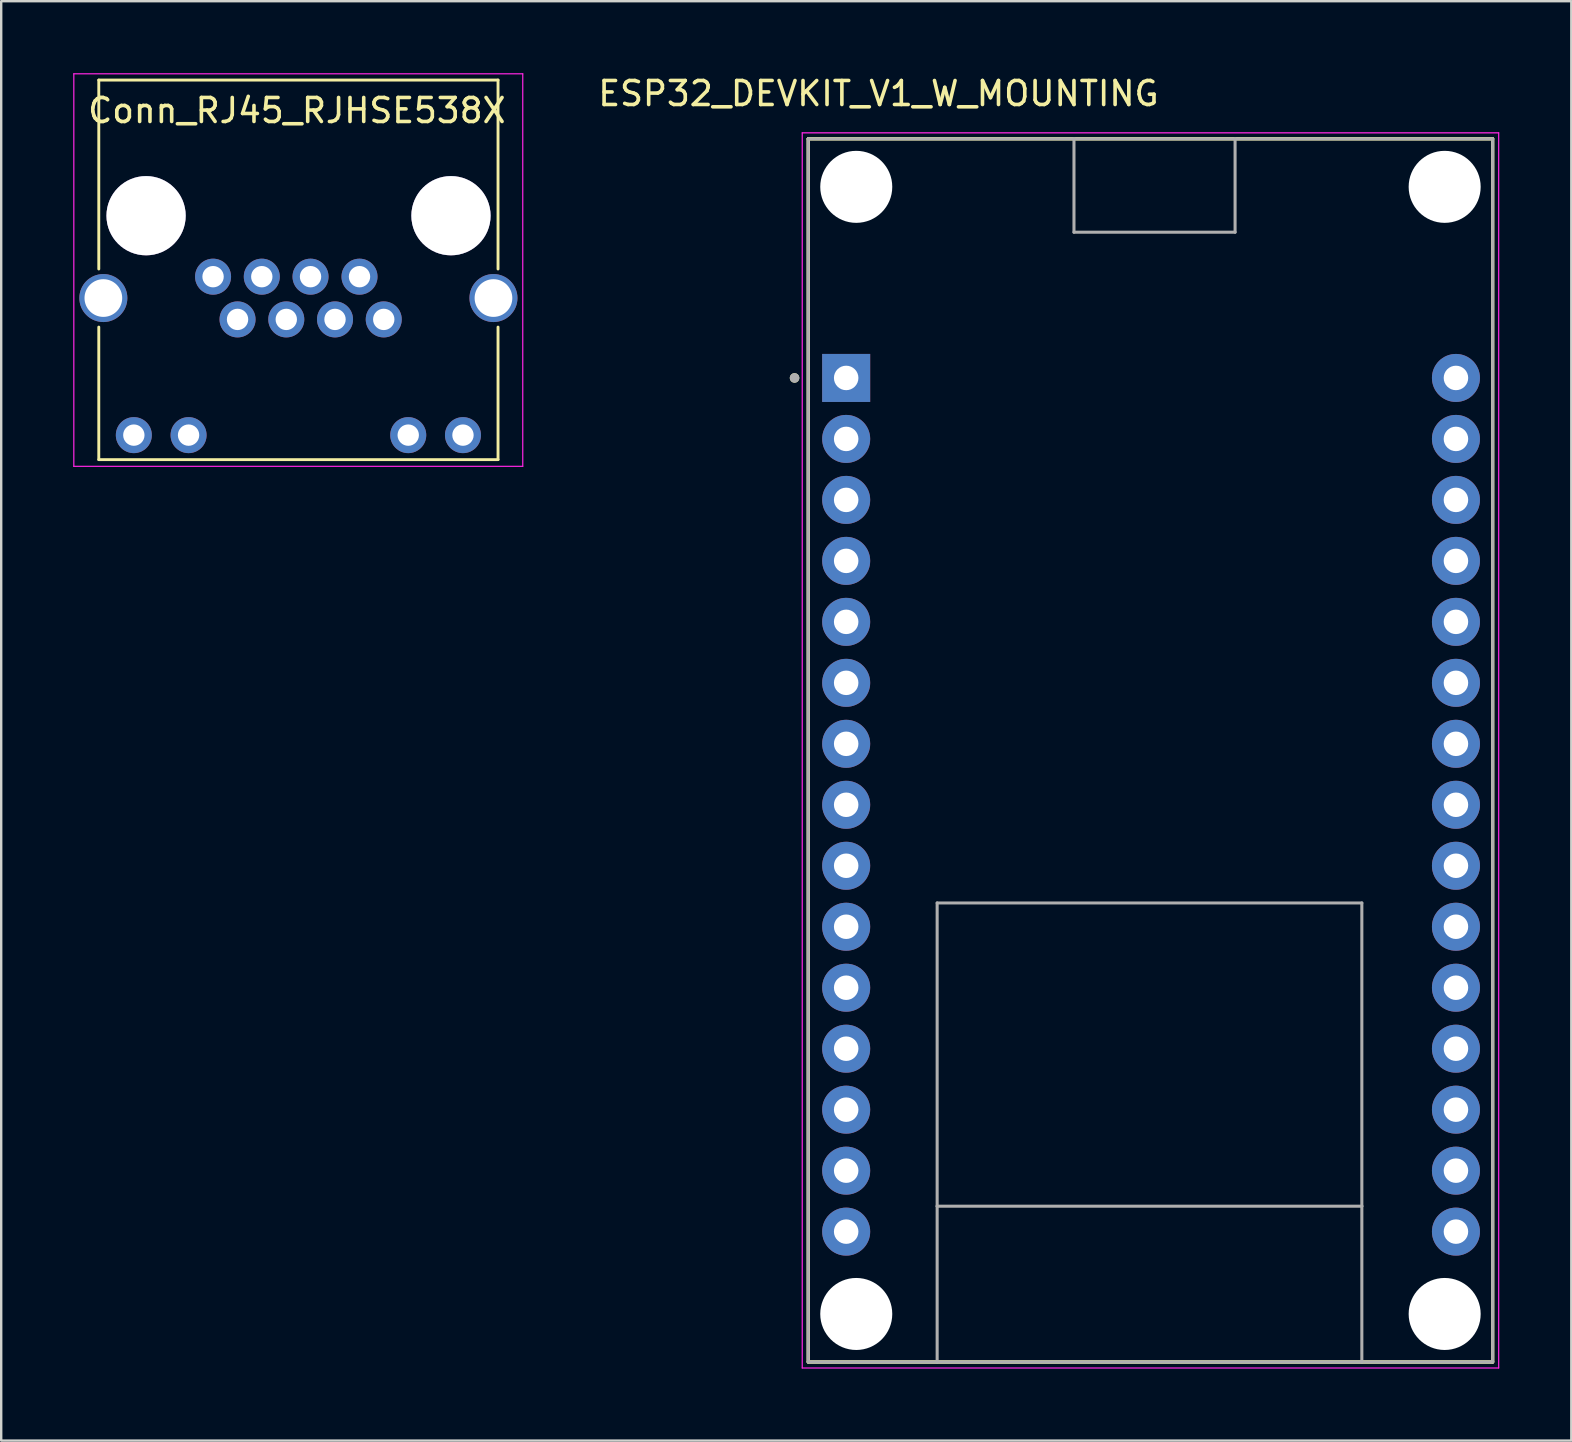
<source format=kicad_pcb>
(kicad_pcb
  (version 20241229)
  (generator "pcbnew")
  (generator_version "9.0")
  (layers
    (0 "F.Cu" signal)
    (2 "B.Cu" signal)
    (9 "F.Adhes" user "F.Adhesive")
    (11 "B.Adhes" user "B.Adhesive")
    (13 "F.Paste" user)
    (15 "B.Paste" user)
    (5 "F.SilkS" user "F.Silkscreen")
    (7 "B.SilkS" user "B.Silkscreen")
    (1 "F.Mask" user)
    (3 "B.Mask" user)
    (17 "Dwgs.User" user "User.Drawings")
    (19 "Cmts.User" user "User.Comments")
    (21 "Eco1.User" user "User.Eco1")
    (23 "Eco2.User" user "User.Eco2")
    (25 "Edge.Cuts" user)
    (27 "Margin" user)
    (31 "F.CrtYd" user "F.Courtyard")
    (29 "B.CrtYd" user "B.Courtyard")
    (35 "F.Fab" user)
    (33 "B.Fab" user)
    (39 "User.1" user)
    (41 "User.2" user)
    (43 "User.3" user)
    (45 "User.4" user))
  (footprint "ESP32_DEVKIT_V1_W_MOUNTING"
    (layer "F.Cu")
    (at 44.897 28.208)
    (property "Reference" "ESP32_DEVKIT_V1_W_MOUNTING" (at -11.355 -27.36 0) (layer "F.SilkS") (effects (font (size 1 1) (thickness 0.15))))
    (attr through_hole)
    (fp_line (start -14.28 -25.475) (end -3.211 -25.475) (stroke (width 0.127) (type solid)) (layer "F.SilkS"))
    (fp_line (start -14.28 -25.475) (end 14.23 -25.475) (stroke (width 0.127) (type solid)) (layer "F.SilkS"))
    (fp_line (start -14.28 25.475) (end -14.28 -25.475) (stroke (width 0.127) (type solid)) (layer "F.SilkS"))
    (fp_line (start -14.28 25.475) (end -14.28 -25.475) (stroke (width 0.127) (type solid)) (layer "F.SilkS"))
    (fp_line (start -14.28 25.475) (end -8.91 25.475) (stroke (width 0.127) (type solid)) (layer "F.SilkS"))
    (fp_line (start -8.91 25.475) (end 8.78 25.475) (stroke (width 0.127) (type solid)) (layer "F.SilkS"))
    (fp_line (start -3.211 -25.475) (end 3.5 -25.475) (stroke (width 0.127) (type solid)) (layer "F.SilkS"))
    (fp_line (start 3.5 -25.475) (end 14.23 -25.475) (stroke (width 0.127) (type solid)) (layer "F.SilkS"))
    (fp_line (start 8.78 25.475) (end 14.23 25.475) (stroke (width 0.127) (type solid)) (layer "F.SilkS"))
    (fp_line (start 14.23 -25.475) (end 14.23 25.475) (stroke (width 0.127) (type solid)) (layer "F.SilkS"))
    (fp_line (start 14.23 -25.475) (end 14.23 25.475) (stroke (width 0.127) (type solid)) (layer "F.SilkS"))
    (fp_line (start 14.23 25.475) (end -14.28 25.475) (stroke (width 0.127) (type solid)) (layer "F.SilkS"))
    (fp_circle (center -14.85 -15.515) (end -14.75 -15.515) (stroke (width 0.2) (type solid)) (fill no) (layer "F.SilkS"))
    (fp_line (start -14.53 -25.725) (end -14.53 25.725) (stroke (width 0.05) (type solid)) (layer "F.CrtYd"))
    (fp_line (start -14.53 25.725) (end 14.48 25.725) (stroke (width 0.05) (type solid)) (layer "F.CrtYd"))
    (fp_line (start 14.48 -25.725) (end -14.53 -25.725) (stroke (width 0.05) (type solid)) (layer "F.CrtYd"))
    (fp_line (start 14.48 25.725) (end 14.48 -25.725) (stroke (width 0.05) (type solid)) (layer "F.CrtYd"))
    (fp_line (start -14.28 -25.475) (end -3.211 -25.475) (stroke (width 0.127) (type solid)) (layer "F.Fab"))
    (fp_line (start -14.28 25.475) (end -14.28 -25.475) (stroke (width 0.127) (type solid)) (layer "F.Fab"))
    (fp_line (start -14.28 25.475) (end -8.91 25.475) (stroke (width 0.127) (type solid)) (layer "F.Fab"))
    (fp_line (start -8.91 6.355) (end 8.78 6.355) (stroke (width 0.127) (type solid)) (layer "F.Fab"))
    (fp_line (start -8.91 18.985) (end -8.91 6.355) (stroke (width 0.127) (type solid)) (layer "F.Fab"))
    (fp_line (start -8.91 18.985) (end 8.78 18.985) (stroke (width 0.127) (type solid)) (layer "F.Fab"))
    (fp_line (start -8.91 25.475) (end -8.91 18.985) (stroke (width 0.127) (type solid)) (layer "F.Fab"))
    (fp_line (start -8.91 25.475) (end 8.78 25.475) (stroke (width 0.127) (type solid)) (layer "F.Fab"))
    (fp_line (start -3.211 -25.475) (end 3.5 -25.475) (stroke (width 0.127) (type solid)) (layer "F.Fab"))
    (fp_line (start -3.211 -21.585) (end -3.211 -25.475) (stroke (width 0.127) (type solid)) (layer "F.Fab"))
    (fp_line (start 3.5 -25.475) (end 3.5 -21.585) (stroke (width 0.127) (type solid)) (layer "F.Fab"))
    (fp_line (start 3.5 -25.475) (end 14.23 -25.475) (stroke (width 0.127) (type solid)) (layer "F.Fab"))
    (fp_line (start 3.5 -21.585) (end -3.211 -21.585) (stroke (width 0.127) (type solid)) (layer "F.Fab"))
    (fp_line (start 8.78 6.355) (end 8.78 18.985) (stroke (width 0.127) (type solid)) (layer "F.Fab"))
    (fp_line (start 8.78 18.985) (end 8.78 25.475) (stroke (width 0.127) (type solid)) (layer "F.Fab"))
    (fp_line (start 8.78 25.475) (end 14.23 25.475) (stroke (width 0.127) (type solid)) (layer "F.Fab"))
    (fp_line (start 14.23 -25.475) (end 14.23 25.475) (stroke (width 0.127) (type solid)) (layer "F.Fab"))
    (fp_circle (center -14.85 -15.515) (end -14.75 -15.515) (stroke (width 0.2) (type solid)) (fill no) (layer "F.Fab"))
    (pad "" np_thru_hole circle (at -12.28 -23.475) (size 3 3) (drill 3) (layers "*.Cu" "*.Mask"))
    (pad "" np_thru_hole circle (at -12.28 23.475) (size 3 3) (drill 3) (layers "*.Cu" "*.Mask"))
    (pad "" np_thru_hole circle (at 12.23 -23.475) (size 3 3) (drill 3) (layers "*.Cu" "*.Mask"))
    (pad "" np_thru_hole circle (at 12.23 23.475) (size 3 3) (drill 3) (layers "*.Cu" "*.Mask"))
    (pad "1" thru_hole rect (at -12.7 -15.515) (size 2 2) (drill 1.02) (layers "*.Cu" "*.Mask"))
    (pad "2" thru_hole circle (at -12.7 -12.975) (size 2 2) (drill 1.02) (layers "*.Cu" "*.Mask"))
    (pad "3" thru_hole circle (at -12.7 -10.435) (size 2 2) (drill 1.02) (layers "*.Cu" "*.Mask"))
    (pad "4" thru_hole circle (at -12.7 -7.895) (size 2 2) (drill 1.02) (layers "*.Cu" "*.Mask"))
    (pad "5" thru_hole circle (at -12.7 -5.355) (size 2 2) (drill 1.02) (layers "*.Cu" "*.Mask"))
    (pad "6" thru_hole circle (at -12.7 -2.815) (size 2 2) (drill 1.02) (layers "*.Cu" "*.Mask"))
    (pad "7" thru_hole circle (at -12.7 -0.275) (size 2 2) (drill 1.02) (layers "*.Cu" "*.Mask"))
    (pad "8" thru_hole circle (at -12.7 2.265) (size 2 2) (drill 1.02) (layers "*.Cu" "*.Mask"))
    (pad "9" thru_hole circle (at -12.7 4.805) (size 2 2) (drill 1.02) (layers "*.Cu" "*.Mask"))
    (pad "10" thru_hole circle (at -12.7 7.345) (size 2 2) (drill 1.02) (layers "*.Cu" "*.Mask"))
    (pad "11" thru_hole circle (at -12.7 9.885) (size 2 2) (drill 1.02) (layers "*.Cu" "*.Mask"))
    (pad "12" thru_hole circle (at -12.7 12.425) (size 2 2) (drill 1.02) (layers "*.Cu" "*.Mask"))
    (pad "13" thru_hole circle (at -12.7 14.965) (size 2 2) (drill 1.02) (layers "*.Cu" "*.Mask"))
    (pad "14" thru_hole circle (at -12.7 17.505) (size 2 2) (drill 1.02) (layers "*.Cu" "*.Mask"))
    (pad "15" thru_hole circle (at -12.7 20.045) (size 2 2) (drill 1.02) (layers "*.Cu" "*.Mask"))
    (pad "16" thru_hole circle (at 12.7 20.045) (size 2 2) (drill 1.02) (layers "*.Cu" "*.Mask"))
    (pad "17" thru_hole circle (at 12.7 17.505) (size 2 2) (drill 1.02) (layers "*.Cu" "*.Mask"))
    (pad "18" thru_hole circle (at 12.7 14.965) (size 2 2) (drill 1.02) (layers "*.Cu" "*.Mask"))
    (pad "19" thru_hole circle (at 12.7 12.425) (size 2 2) (drill 1.02) (layers "*.Cu" "*.Mask"))
    (pad "20" thru_hole circle (at 12.7 9.885) (size 2 2) (drill 1.02) (layers "*.Cu" "*.Mask"))
    (pad "21" thru_hole circle (at 12.7 7.345) (size 2 2) (drill 1.02) (layers "*.Cu" "*.Mask"))
    (pad "22" thru_hole circle (at 12.7 4.805) (size 2 2) (drill 1.02) (layers "*.Cu" "*.Mask"))
    (pad "23" thru_hole circle (at 12.7 2.265) (size 2 2) (drill 1.02) (layers "*.Cu" "*.Mask"))
    (pad "24" thru_hole circle (at 12.7 -0.275) (size 2 2) (drill 1.02) (layers "*.Cu" "*.Mask"))
    (pad "25" thru_hole circle (at 12.7 -2.815) (size 2 2) (drill 1.02) (layers "*.Cu" "*.Mask"))
    (pad "26" thru_hole circle (at 12.7 -5.355) (size 2 2) (drill 1.02) (layers "*.Cu" "*.Mask"))
    (pad "27" thru_hole circle (at 12.7 -7.895) (size 2 2) (drill 1.02) (layers "*.Cu" "*.Mask"))
    (pad "28" thru_hole circle (at 12.7 -10.435) (size 2 2) (drill 1.02) (layers "*.Cu" "*.Mask"))
    (pad "29" thru_hole circle (at 12.7 -12.975) (size 2 2) (drill 1.02) (layers "*.Cu" "*.Mask"))
    (pad "30" thru_hole circle (at 12.7 -15.515) (size 2 2) (drill 1.02) (layers "*.Cu" "*.Mask"))
    (zone (net_name "") (layer "F.Cu") (hatch full 0.508) (connect_pads) (min_thickness 0.01) (filled_areas_thickness no) (keepout (tracks not_allowed) (vias not_allowed) (pads not_allowed) (copperpour not_allowed) (footprints allowed)) (placement (enabled no)) (fill) (polygon (pts (xy 35.987 47.193) (xy 53.677 47.193) (xy 53.677 53.683) (xy 35.987 53.683))))
    (zone (net_name "") (layers "F.Cu" "B.Cu") (hatch full 0.508) (connect_pads) (min_thickness 0.01) (filled_areas_thickness no) (keepout (tracks allowed) (vias not_allowed) (pads allowed) (copperpour allowed) (footprints allowed)) (placement (enabled no)) (fill) (polygon (pts (xy 35.987 47.193) (xy 53.677 47.193) (xy 53.677 53.683) (xy 35.987 53.683))))
    (zone (net_name "") (layer "B.Cu") (hatch full 0.508) (connect_pads) (min_thickness 0.01) (filled_areas_thickness no) (keepout (tracks not_allowed) (vias not_allowed) (pads not_allowed) (copperpour not_allowed) (footprints allowed)) (placement (enabled no)) (fill) (polygon (pts (xy 35.987 47.193) (xy 53.677 47.193) (xy 53.677 53.683) (xy 35.987 53.683)))))
  (footprint "Conn_RJ45_RJHSE538X"
    (layer "F.Cu")
    (at 5.825 8.475)
    (property "Reference" "Conn_RJ45_RJHSE538X" (at 3.49 -6.92 0) (layer "F.SilkS") (effects (font (size 1 1) (thickness 0.15))))
    (attr through_hole)
    (fp_line (start -4.76 -8.19) (end -4.76 -0.32) (stroke (width 0.12) (type solid)) (layer "F.SilkS"))
    (fp_line (start -4.76 7.62) (end -4.76 2.1) (stroke (width 0.12) (type solid)) (layer "F.SilkS"))
    (fp_line (start 11.87 -8.19) (end -4.76 -8.19) (stroke (width 0.12) (type solid)) (layer "F.SilkS"))
    (fp_line (start 11.87 -8.19) (end 11.87 -0.32) (stroke (width 0.12) (type solid)) (layer "F.SilkS"))
    (fp_line (start 11.87 7.62) (end -4.76 7.62) (stroke (width 0.12) (type solid)) (layer "F.SilkS"))
    (fp_line (start 11.87 7.62) (end 11.87 2.1) (stroke (width 0.12) (type solid)) (layer "F.SilkS"))
    (fp_line (start -5.8 -8.45) (end -5.8 7.9) (stroke (width 0.05) (type solid)) (layer "F.CrtYd"))
    (fp_line (start -5.8 7.9) (end 12.9 7.9) (stroke (width 0.05) (type solid)) (layer "F.CrtYd"))
    (fp_line (start 12.9 -8.45) (end -5.8 -8.45) (stroke (width 0.05) (type solid)) (layer "F.CrtYd"))
    (fp_line (start 12.9 7.9) (end 12.9 -8.45) (stroke (width 0.05) (type solid)) (layer "F.CrtYd"))
    (pad "" thru_hole circle (at -4.57 0.89) (size 2 2) (drill 1.57) (layers "*.Cu" "*.Mask"))
    (pad "" thru_hole circle (at -2.79 -2.54) (size 3.3 3.3) (drill 3.3) (layers "*.Cu" "*.Mask"))
    (pad "" thru_hole circle (at 9.91 -2.54) (size 3.3 3.3) (drill 3.3) (layers "*.Cu" "*.Mask"))
    (pad "" thru_hole circle (at 11.68 0.89) (size 2 2) (drill 1.57) (layers "*.Cu" "*.Mask"))
    (pad "1" thru_hole circle (at 0 0) (size 1.5 1.5) (drill 0.89) (layers "*.Cu" "*.Mask"))
    (pad "2" thru_hole circle (at 1.02 1.78) (size 1.5 1.5) (drill 0.89) (layers "*.Cu" "*.Mask"))
    (pad "3" thru_hole circle (at 2.03 0) (size 1.5 1.5) (drill 0.89) (layers "*.Cu" "*.Mask"))
    (pad "4" thru_hole circle (at 3.05 1.78) (size 1.5 1.5) (drill 0.89) (layers "*.Cu" "*.Mask"))
    (pad "5" thru_hole circle (at 4.06 0) (size 1.5 1.5) (drill 0.89) (layers "*.Cu" "*.Mask"))
    (pad "6" thru_hole circle (at 5.08 1.78) (size 1.5 1.5) (drill 0.89) (layers "*.Cu" "*.Mask"))
    (pad "7" thru_hole circle (at 6.1 0) (size 1.5 1.5) (drill 0.89) (layers "*.Cu" "*.Mask"))
    (pad "8" thru_hole circle (at 7.11 1.78) (size 1.5 1.5) (drill 0.89) (layers "*.Cu" "*.Mask"))
    (pad "9" thru_hole circle (at -3.3 6.6) (size 1.5 1.5) (drill 0.89) (layers "*.Cu" "*.Mask"))
    (pad "10" thru_hole circle (at -1.02 6.6) (size 1.5 1.5) (drill 0.89) (layers "*.Cu" "*.Mask"))
    (pad "11" thru_hole circle (at 8.13 6.6) (size 1.5 1.5) (drill 0.89) (layers "*.Cu" "*.Mask"))
    (pad "12" thru_hole circle (at 10.41 6.6) (size 1.5 1.5) (drill 0.89) (layers "*.Cu" "*.Mask")))
  (gr_rect
    (start -3 -3)
    (end 62.402 56.958)
    (stroke (width 0.1) (type default))
    (fill no)
    (layer "Edge.Cuts")))
</source>
